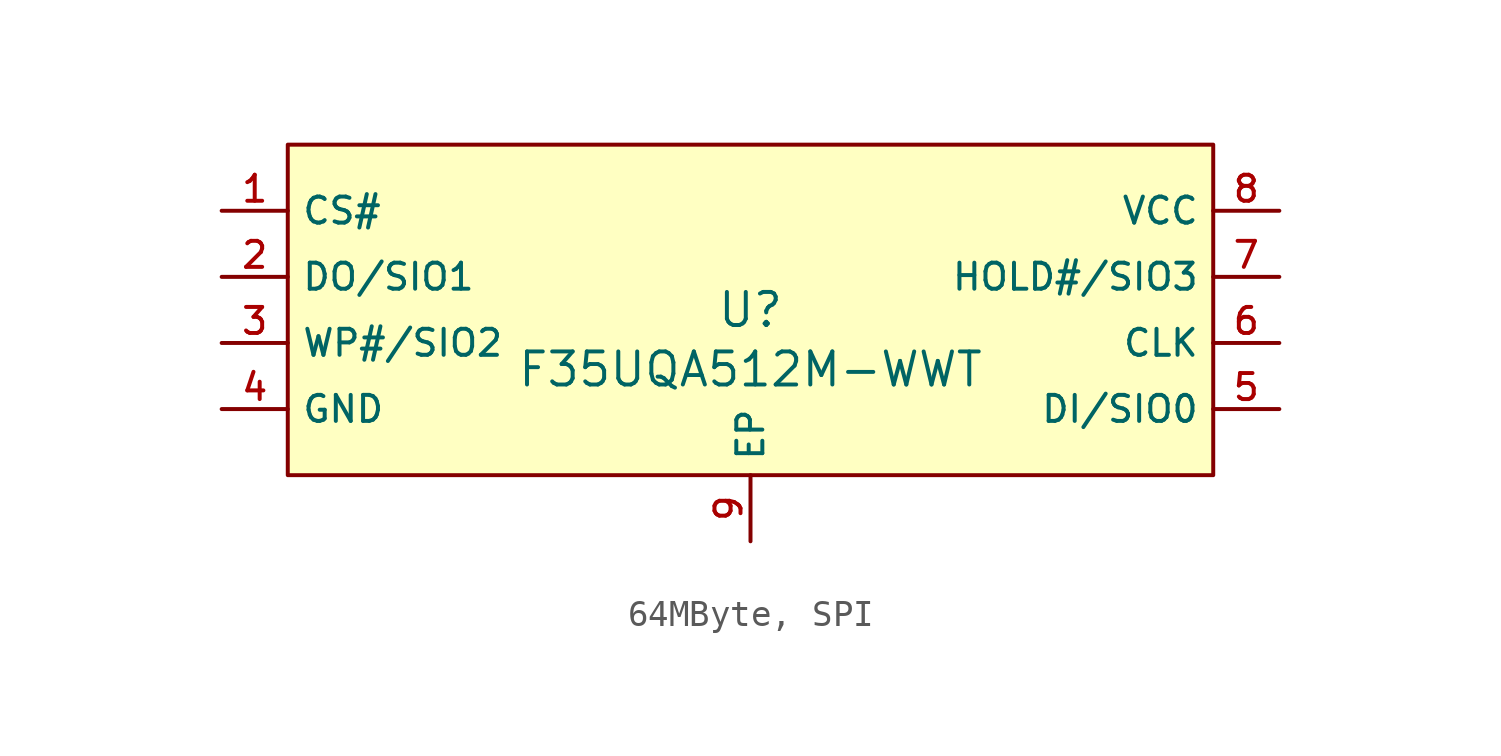
<source format=kicad_sym>
(kicad_symbol_lib
  (version 20231120)
  (generator "CDFER_Archive_Tool")
  (generator_version "0.0")
  (symbol "64MByte, SPI"
    (property "Reference" "U"
      (at 0 1.27 0)
      (effects (font (size 1.27 1.27))))
    (property "Value" "F35UQA512M-WWT"
      (at 0 -1.016 0)
      (effects (font (size 1.27 1.27))))
    (symbol "64MByte, SPI_0_1"
      (rectangle (start -17.78 7.62) (end 17.78 -5.08) (stroke (width 0) (type default)) (fill (type background)))
      (pin unspecified line (at -20.32 5.08 0) (length 2.54) (name "CS#" (effects (font (size 1 1)))) (number "1" (effects (font (size 1 1)))))
      (pin unspecified line (at -20.32 2.54 0) (length 2.54) (name "DO/SIO1" (effects (font (size 1 1)))) (number "2" (effects (font (size 1 1)))))
      (pin unspecified line (at -20.32 0 0) (length 2.54) (name "WP#/SIO2" (effects (font (size 1 1)))) (number "3" (effects (font (size 1 1)))))
      (pin unspecified line (at -20.32 -2.54 0) (length 2.54) (name "GND" (effects (font (size 1 1)))) (number "4" (effects (font (size 1 1)))))
      (pin unspecified line (at 20.32 -2.54 180) (length 2.54) (name "DI/SIO0" (effects (font (size 1 1)))) (number "5" (effects (font (size 1 1)))))
      (pin unspecified line (at 20.32 0 180) (length 2.54) (name "CLK" (effects (font (size 1 1)))) (number "6" (effects (font (size 1 1)))))
      (pin unspecified line (at 20.32 2.54 180) (length 2.54) (name "HOLD#/SIO3" (effects (font (size 1 1)))) (number "7" (effects (font (size 1 1)))))
      (pin unspecified line (at 20.32 5.08 180) (length 2.54) (name "VCC" (effects (font (size 1 1)))) (number "8" (effects (font (size 1 1)))))
      (pin unspecified line (at 0 -7.62 90) (length 2.54) (name "EP" (effects (font (size 1 1)))) (number "9" (effects (font (size 1 1))))))))
</source>
